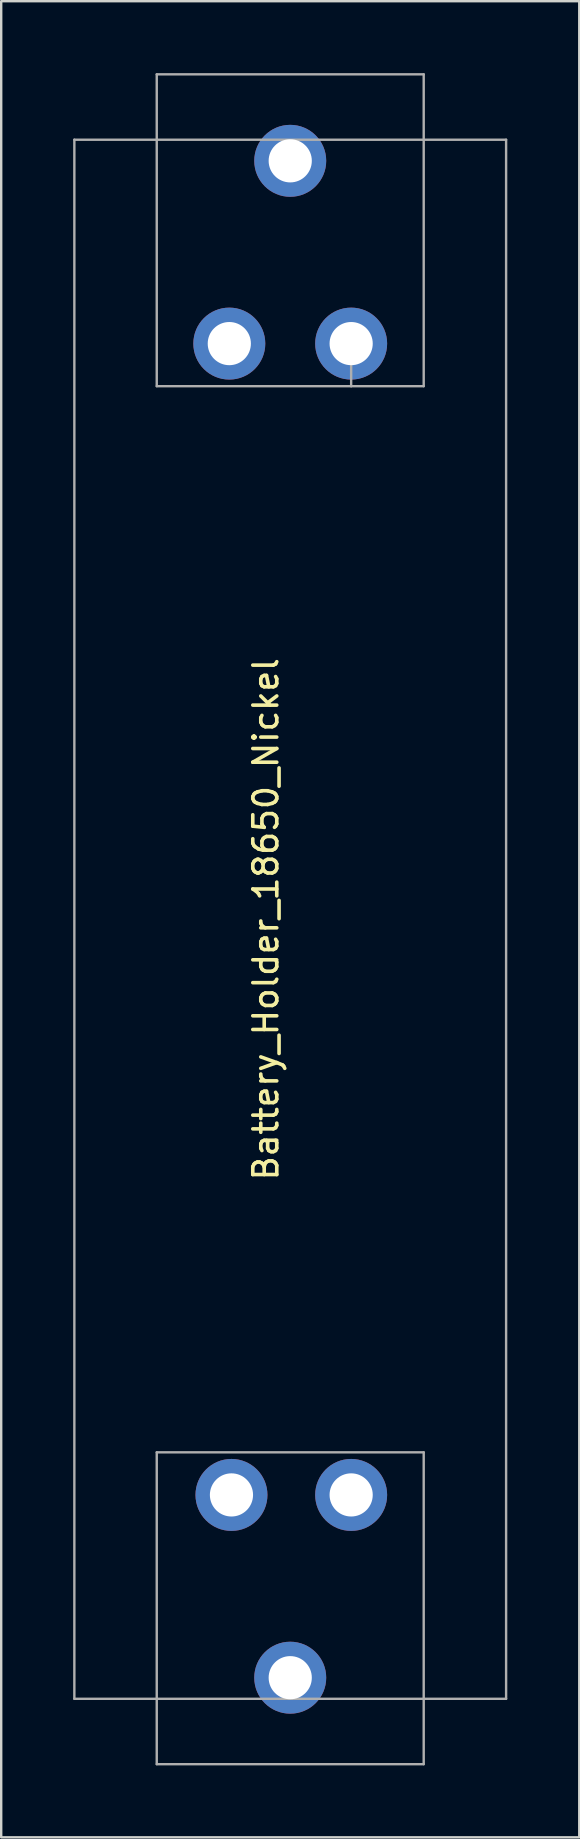
<source format=kicad_pcb>
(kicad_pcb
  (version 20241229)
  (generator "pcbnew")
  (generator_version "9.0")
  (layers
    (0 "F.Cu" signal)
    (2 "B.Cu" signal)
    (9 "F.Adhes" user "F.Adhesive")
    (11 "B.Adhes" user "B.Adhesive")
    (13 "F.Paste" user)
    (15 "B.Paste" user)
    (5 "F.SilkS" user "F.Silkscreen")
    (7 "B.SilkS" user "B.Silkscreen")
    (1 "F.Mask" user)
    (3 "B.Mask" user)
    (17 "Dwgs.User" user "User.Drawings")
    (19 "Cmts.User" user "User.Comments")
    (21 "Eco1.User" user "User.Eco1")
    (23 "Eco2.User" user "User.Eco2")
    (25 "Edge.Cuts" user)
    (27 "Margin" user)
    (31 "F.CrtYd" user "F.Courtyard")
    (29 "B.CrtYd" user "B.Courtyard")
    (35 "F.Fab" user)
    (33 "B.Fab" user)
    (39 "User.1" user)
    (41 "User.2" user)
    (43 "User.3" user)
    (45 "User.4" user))
  (footprint "Battery_Holder_18650_Nickel"
    (layer "F.Cu")
    (at 9.05 35.275)
    (property "Reference" "Battery_Holder_18650_Nickel" (at -1.016 0 90) (unlocked yes) (layer "F.SilkS") (effects (font (size 1 1) (thickness 0.15))))
    (attr through_hole)
    (fp_line (start -9 -32.5) (end -9 32.5) (stroke (width 0.1) (type solid)) (layer "F.Fab"))
    (fp_line (start -9 -32.5) (end 9 -32.5) (stroke (width 0.1) (type solid)) (layer "F.Fab"))
    (fp_line (start -9 32.5) (end 9 32.5) (stroke (width 0.1) (type solid)) (layer "F.Fab"))
    (fp_line (start -5.565 -35.225) (end 5.565 -35.225) (stroke (width 0.1) (type solid)) (layer "F.Fab"))
    (fp_line (start -5.565 -22.225) (end -5.565 -35.225) (stroke (width 0.1) (type solid)) (layer "F.Fab"))
    (fp_line (start -5.565 22.225) (end -5.565 35.225) (stroke (width 0.1) (type solid)) (layer "F.Fab"))
    (fp_line (start -5.565 22.225) (end 5.565 22.225) (stroke (width 0.1) (type solid)) (layer "F.Fab"))
    (fp_line (start 2.54 -24) (end 2.54 -22.22) (stroke (width 0.1) (type solid)) (layer "F.Fab"))
    (fp_line (start 5.565 -22.225) (end -5.565 -22.225) (stroke (width 0.1) (type solid)) (layer "F.Fab"))
    (fp_line (start 5.565 -22.225) (end 5.565 -35.225) (stroke (width 0.1) (type solid)) (layer "F.Fab"))
    (fp_line (start 5.565 22.225) (end 5.565 35.225) (stroke (width 0.1) (type solid)) (layer "F.Fab"))
    (fp_line (start 5.565 35.225) (end -5.565 35.225) (stroke (width 0.1) (type solid)) (layer "F.Fab"))
    (fp_line (start 9 32.5) (end 9 -32.5) (stroke (width 0.1) (type solid)) (layer "F.Fab"))
    (pad "1" thru_hole circle (at -2.54 -24) (size 3 3) (drill 1.8) (layers "*.Cu" "*.Mask"))
    (pad "1" thru_hole circle (at 0 -31.62) (size 3 3) (drill 1.8) (layers "*.Cu" "*.Mask"))
    (pad "1" thru_hole circle (at 2.54 -24) (size 3 3) (drill 1.8) (layers "*.Cu" "*.Mask"))
    (pad "2" thru_hole circle (at -2.45 24) (size 3 3) (drill 1.8) (layers "*.Cu" "*.Mask"))
    (pad "2" thru_hole circle (at 0 31.62) (size 3 3) (drill 1.8) (layers "*.Cu" "*.Mask"))
    (pad "2" thru_hole circle (at 2.54 24) (size 3 3) (drill 1.8) (layers "*.Cu" "*.Mask")))
  (gr_rect
    (start -3 -3)
    (end 21.1 73.55)
    (stroke (width 0.1) (type default))
    (fill no)
    (layer "Edge.Cuts")))
</source>
